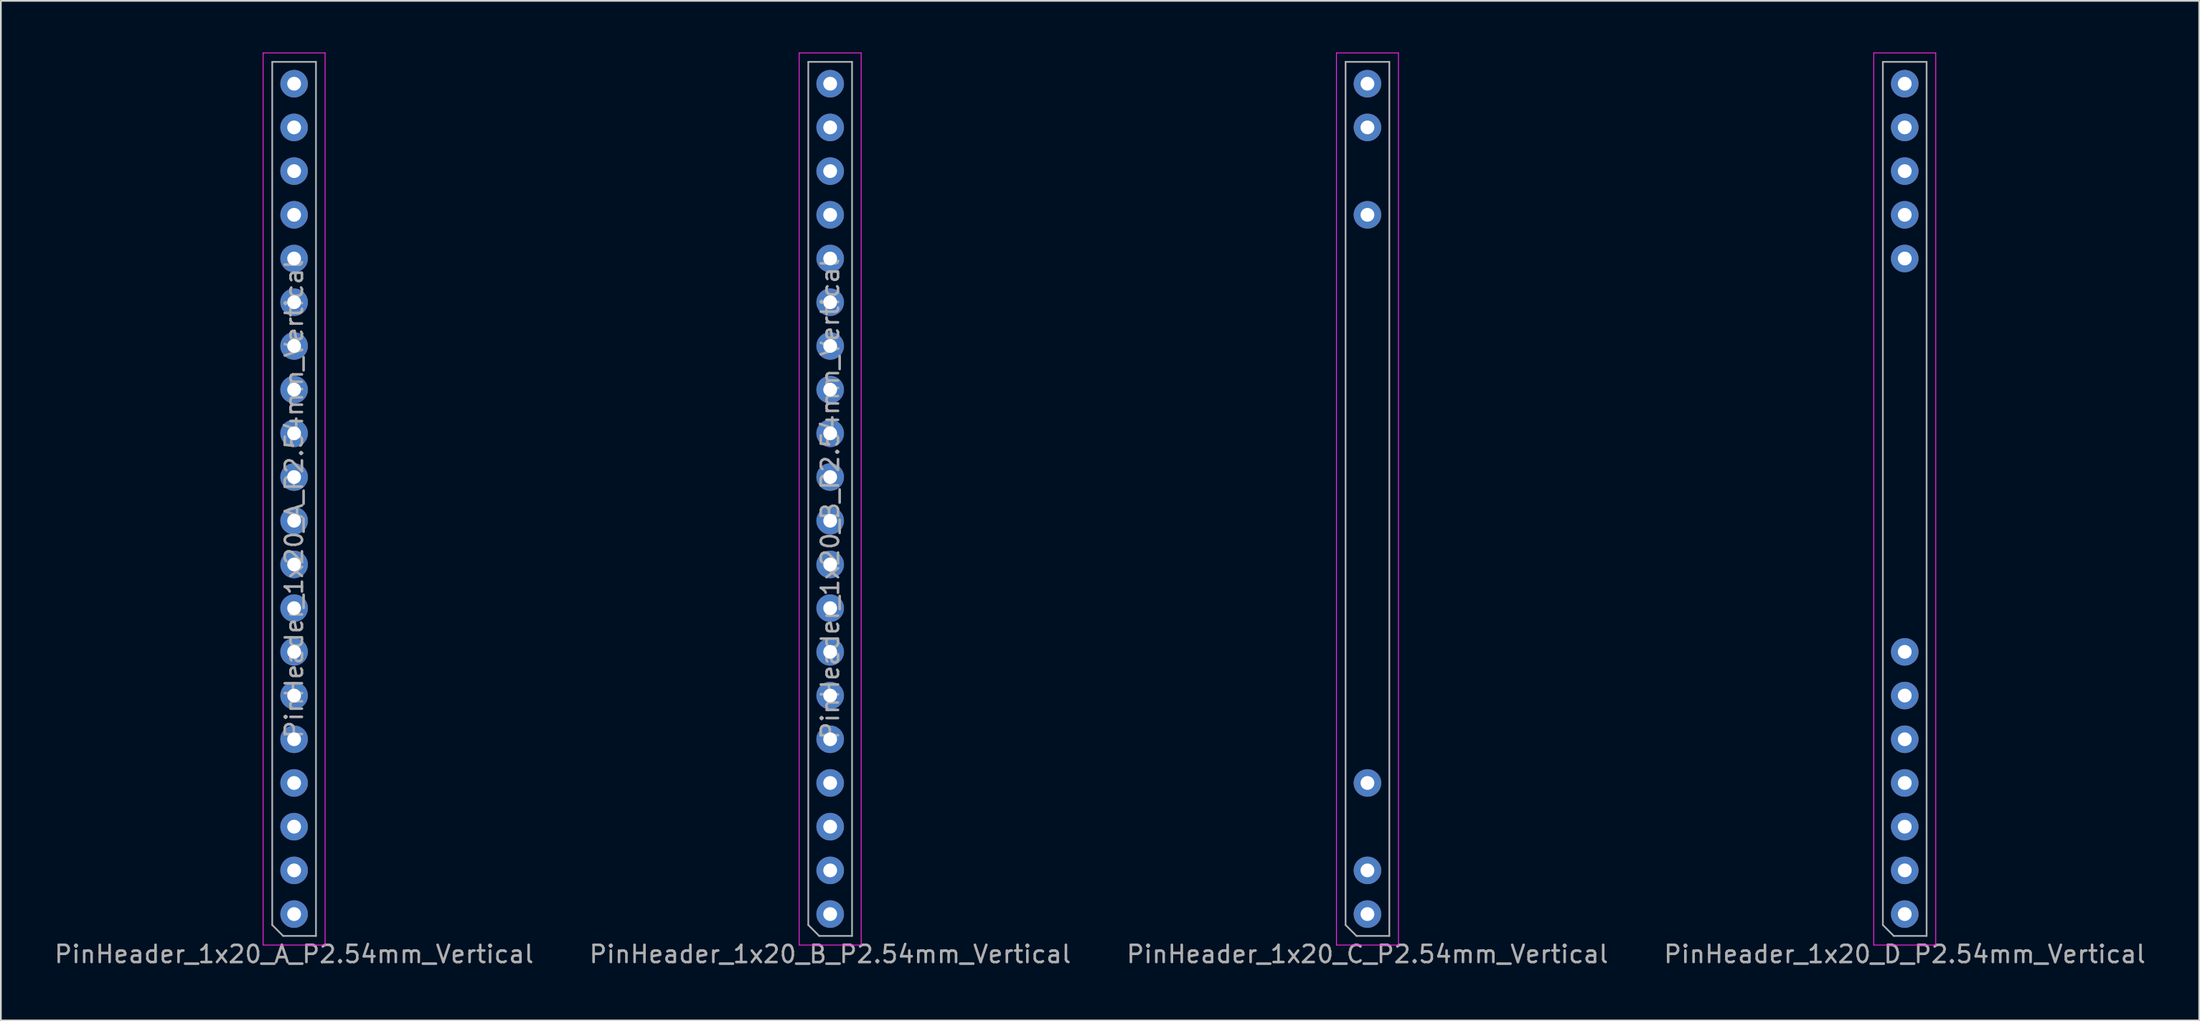
<source format=kicad_pcb>
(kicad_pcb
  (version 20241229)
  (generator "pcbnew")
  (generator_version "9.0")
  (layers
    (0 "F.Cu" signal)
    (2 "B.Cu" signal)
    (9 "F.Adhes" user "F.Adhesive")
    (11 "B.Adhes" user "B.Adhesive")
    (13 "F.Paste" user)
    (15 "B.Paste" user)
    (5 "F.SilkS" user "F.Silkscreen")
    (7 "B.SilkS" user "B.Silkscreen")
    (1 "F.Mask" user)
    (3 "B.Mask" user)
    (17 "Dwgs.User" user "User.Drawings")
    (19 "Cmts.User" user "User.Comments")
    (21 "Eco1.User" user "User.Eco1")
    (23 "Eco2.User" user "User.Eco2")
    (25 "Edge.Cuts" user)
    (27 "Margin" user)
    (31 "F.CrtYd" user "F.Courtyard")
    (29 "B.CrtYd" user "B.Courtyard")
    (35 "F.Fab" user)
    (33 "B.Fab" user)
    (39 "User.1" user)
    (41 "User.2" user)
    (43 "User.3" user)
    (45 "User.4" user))
  (footprint "PinHeader_1x20_C_P2.54mm_Vertical"
    (layer "F.Cu")
    (at 76.363 4.355)
    (property "Reference" "PinHeader_1x20_C_P2.54mm_Vertical" (at 0 48.05 0) (layer "F.Fab") (effects (font (size 1 1) (thickness 0.15))))
    (attr through_hole)
    (fp_line (start -1.8 -4.33) (end 1.8 -4.33) (stroke (width 0.05) (type solid)) (layer "F.CrtYd"))
    (fp_line (start -1.8 47.52) (end -1.8 -4.33) (stroke (width 0.05) (type solid)) (layer "F.CrtYd"))
    (fp_line (start 1.8 -4.33) (end 1.8 47.52) (stroke (width 0.05) (type solid)) (layer "F.CrtYd"))
    (fp_line (start 1.8 47.52) (end -1.8 47.52) (stroke (width 0.05) (type solid)) (layer "F.CrtYd"))
    (fp_line (start -1.27 -3.81) (end -1.27 46.355) (stroke (width 0.1) (type solid)) (layer "F.Fab"))
    (fp_line (start -1.27 46.355) (end -0.635 46.99) (stroke (width 0.1) (type solid)) (layer "F.Fab"))
    (fp_line (start -0.635 46.99) (end 1.27 46.99) (stroke (width 0.1) (type solid)) (layer "F.Fab"))
    (fp_line (start 1.27 -3.81) (end -1.27 -3.81) (stroke (width 0.1) (type solid)) (layer "F.Fab"))
    (fp_line (start 1.27 46.99) (end 1.27 -3.81) (stroke (width 0.1) (type solid)) (layer "F.Fab"))
    (pad "1" thru_hole oval (at 0 45.72) (size 1.6 1.6) (drill 0.8) (layers "*.Cu" "*.Mask"))
    (pad "2" thru_hole oval (at 0 43.18) (size 1.6 1.6) (drill 0.8) (layers "*.Cu" "*.Mask"))
    (pad "4" thru_hole oval (at 0 38.1) (size 1.6 1.6) (drill 0.8) (layers "*.Cu" "*.Mask"))
    (pad "17" thru_hole oval (at 0 5.08) (size 1.6 1.6) (drill 0.8) (layers "*.Cu" "*.Mask"))
    (pad "19" thru_hole oval (at 0 0) (size 1.6 1.6) (drill 0.8) (layers "*.Cu" "*.Mask"))
    (pad "20" thru_hole oval (at 0 -2.54) (size 1.6 1.6) (drill 0.8) (layers "*.Cu" "*.Mask")))
  (footprint "PinHeader_1x20_D_P2.54mm_Vertical"
    (layer "F.Cu")
    (at 107.565 4.355)
    (property "Reference" "PinHeader_1x20_D_P2.54mm_Vertical" (at 0 48.05 0) (layer "F.Fab") (effects (font (size 1 1) (thickness 0.15))))
    (attr through_hole)
    (fp_line (start -1.8 -4.33) (end 1.8 -4.33) (stroke (width 0.05) (type solid)) (layer "F.CrtYd"))
    (fp_line (start -1.8 47.52) (end -1.8 -4.33) (stroke (width 0.05) (type solid)) (layer "F.CrtYd"))
    (fp_line (start 1.8 -4.33) (end 1.8 47.52) (stroke (width 0.05) (type solid)) (layer "F.CrtYd"))
    (fp_line (start 1.8 47.52) (end -1.8 47.52) (stroke (width 0.05) (type solid)) (layer "F.CrtYd"))
    (fp_line (start -1.27 -3.81) (end -1.27 46.355) (stroke (width 0.1) (type solid)) (layer "F.Fab"))
    (fp_line (start -1.27 46.355) (end -0.635 46.99) (stroke (width 0.1) (type solid)) (layer "F.Fab"))
    (fp_line (start -0.635 46.99) (end 1.27 46.99) (stroke (width 0.1) (type solid)) (layer "F.Fab"))
    (fp_line (start 1.27 -3.81) (end -1.27 -3.81) (stroke (width 0.1) (type solid)) (layer "F.Fab"))
    (fp_line (start 1.27 46.99) (end 1.27 -3.81) (stroke (width 0.1) (type solid)) (layer "F.Fab"))
    (pad "21" thru_hole oval (at 0 -2.54) (size 1.6 1.6) (drill 0.8) (layers "*.Cu" "*.Mask"))
    (pad "22" thru_hole oval (at 0 0) (size 1.6 1.6) (drill 0.8) (layers "*.Cu" "*.Mask"))
    (pad "23" thru_hole oval (at 0 2.54) (size 1.6 1.6) (drill 0.8) (layers "*.Cu" "*.Mask"))
    (pad "24" thru_hole oval (at 0 5.08) (size 1.6 1.6) (drill 0.8) (layers "*.Cu" "*.Mask"))
    (pad "25" thru_hole oval (at 0 7.62) (size 1.6 1.6) (drill 0.8) (layers "*.Cu" "*.Mask"))
    (pad "34" thru_hole oval (at 0 30.48) (size 1.6 1.6) (drill 0.8) (layers "*.Cu" "*.Mask"))
    (pad "35" thru_hole oval (at 0 33.02) (size 1.6 1.6) (drill 0.8) (layers "*.Cu" "*.Mask"))
    (pad "36" thru_hole oval (at 0 35.56) (size 1.6 1.6) (drill 0.8) (layers "*.Cu" "*.Mask"))
    (pad "37" thru_hole oval (at 0 38.1) (size 1.6 1.6) (drill 0.8) (layers "*.Cu" "*.Mask"))
    (pad "38" thru_hole oval (at 0 40.64) (size 1.6 1.6) (drill 0.8) (layers "*.Cu" "*.Mask"))
    (pad "39" thru_hole oval (at 0 43.18) (size 1.6 1.6) (drill 0.8) (layers "*.Cu" "*.Mask"))
    (pad "40" thru_hole oval (at 0 45.72) (size 1.6 1.6) (drill 0.8) (layers "*.Cu" "*.Mask")))
  (footprint "PinHeader_1x20_B_P2.54mm_Vertical"
    (layer "F.Cu")
    (at 45.161 4.355)
    (property "Reference" "PinHeader_1x20_B_P2.54mm_Vertical" (at 0 48.05 0) (layer "F.Fab") (effects (font (size 1 1) (thickness 0.15))))
    (attr through_hole)
    (fp_line (start -1.8 -4.33) (end 1.8 -4.33) (stroke (width 0.05) (type solid)) (layer "F.CrtYd"))
    (fp_line (start -1.8 47.52) (end -1.8 -4.33) (stroke (width 0.05) (type solid)) (layer "F.CrtYd"))
    (fp_line (start 1.8 -4.33) (end 1.8 47.52) (stroke (width 0.05) (type solid)) (layer "F.CrtYd"))
    (fp_line (start 1.8 47.52) (end -1.8 47.52) (stroke (width 0.05) (type solid)) (layer "F.CrtYd"))
    (fp_line (start -1.27 -3.81) (end -1.27 46.355) (stroke (width 0.1) (type solid)) (layer "F.Fab"))
    (fp_line (start -1.27 46.355) (end -0.635 46.99) (stroke (width 0.1) (type solid)) (layer "F.Fab"))
    (fp_line (start -0.635 46.99) (end 1.27 46.99) (stroke (width 0.1) (type solid)) (layer "F.Fab"))
    (fp_line (start 1.27 -3.81) (end -1.27 -3.81) (stroke (width 0.1) (type solid)) (layer "F.Fab"))
    (fp_line (start 1.27 46.99) (end 1.27 -3.81) (stroke (width 0.1) (type solid)) (layer "F.Fab"))
    (fp_text user "${REFERENCE}" (at 0 21.59 90) (layer "F.Fab") (effects (font (size 1 1) (thickness 0.15))))
    (pad "21" thru_hole oval (at 0 -2.54) (size 1.6 1.6) (drill 0.8) (layers "*.Cu" "*.Mask"))
    (pad "22" thru_hole oval (at 0 0) (size 1.6 1.6) (drill 0.8) (layers "*.Cu" "*.Mask"))
    (pad "23" thru_hole oval (at 0 2.54) (size 1.6 1.6) (drill 0.8) (layers "*.Cu" "*.Mask"))
    (pad "24" thru_hole oval (at 0 5.08) (size 1.6 1.6) (drill 0.8) (layers "*.Cu" "*.Mask"))
    (pad "25" thru_hole oval (at 0 7.62) (size 1.6 1.6) (drill 0.8) (layers "*.Cu" "*.Mask"))
    (pad "26" thru_hole oval (at 0 10.16) (size 1.6 1.6) (drill 0.8) (layers "*.Cu" "*.Mask"))
    (pad "27" thru_hole oval (at 0 12.7) (size 1.6 1.6) (drill 0.8) (layers "*.Cu" "*.Mask"))
    (pad "28" thru_hole oval (at 0 15.24) (size 1.6 1.6) (drill 0.8) (layers "*.Cu" "*.Mask"))
    (pad "29" thru_hole oval (at 0 17.78) (size 1.6 1.6) (drill 0.8) (layers "*.Cu" "*.Mask"))
    (pad "30" thru_hole oval (at 0 20.32) (size 1.6 1.6) (drill 0.8) (layers "*.Cu" "*.Mask"))
    (pad "31" thru_hole oval (at 0 22.86) (size 1.6 1.6) (drill 0.8) (layers "*.Cu" "*.Mask"))
    (pad "32" thru_hole oval (at 0 25.4) (size 1.6 1.6) (drill 0.8) (layers "*.Cu" "*.Mask"))
    (pad "33" thru_hole oval (at 0 27.94) (size 1.6 1.6) (drill 0.8) (layers "*.Cu" "*.Mask"))
    (pad "34" thru_hole oval (at 0 30.48) (size 1.6 1.6) (drill 0.8) (layers "*.Cu" "*.Mask"))
    (pad "35" thru_hole oval (at 0 33.02) (size 1.6 1.6) (drill 0.8) (layers "*.Cu" "*.Mask"))
    (pad "36" thru_hole oval (at 0 35.56) (size 1.6 1.6) (drill 0.8) (layers "*.Cu" "*.Mask"))
    (pad "37" thru_hole oval (at 0 38.1) (size 1.6 1.6) (drill 0.8) (layers "*.Cu" "*.Mask"))
    (pad "38" thru_hole oval (at 0 40.64) (size 1.6 1.6) (drill 0.8) (layers "*.Cu" "*.Mask"))
    (pad "39" thru_hole oval (at 0 43.18) (size 1.6 1.6) (drill 0.8) (layers "*.Cu" "*.Mask"))
    (pad "40" thru_hole oval (at 0 45.72) (size 1.6 1.6) (drill 0.8) (layers "*.Cu" "*.Mask")))
  (footprint "PinHeader_1x20_A_P2.54mm_Vertical"
    (layer "F.Cu")
    (at 14.03 4.355)
    (property "Reference" "PinHeader_1x20_A_P2.54mm_Vertical" (at 0 48.05 0) (layer "F.Fab") (effects (font (size 1 1) (thickness 0.15))))
    (attr through_hole)
    (fp_line (start -1.8 -4.33) (end 1.8 -4.33) (stroke (width 0.05) (type solid)) (layer "F.CrtYd"))
    (fp_line (start -1.8 47.52) (end -1.8 -4.33) (stroke (width 0.05) (type solid)) (layer "F.CrtYd"))
    (fp_line (start 1.8 -4.33) (end 1.8 47.52) (stroke (width 0.05) (type solid)) (layer "F.CrtYd"))
    (fp_line (start 1.8 47.52) (end -1.8 47.52) (stroke (width 0.05) (type solid)) (layer "F.CrtYd"))
    (fp_line (start -1.27 -3.81) (end -1.27 46.355) (stroke (width 0.1) (type solid)) (layer "F.Fab"))
    (fp_line (start -1.27 46.355) (end -0.635 46.99) (stroke (width 0.1) (type solid)) (layer "F.Fab"))
    (fp_line (start -0.635 46.99) (end 1.27 46.99) (stroke (width 0.1) (type solid)) (layer "F.Fab"))
    (fp_line (start 1.27 -3.81) (end -1.27 -3.81) (stroke (width 0.1) (type solid)) (layer "F.Fab"))
    (fp_line (start 1.27 46.99) (end 1.27 -3.81) (stroke (width 0.1) (type solid)) (layer "F.Fab"))
    (fp_text user "${REFERENCE}" (at 0 21.59 90) (layer "F.Fab") (effects (font (size 1 1) (thickness 0.15))))
    (pad "1" thru_hole oval (at 0 45.72) (size 1.6 1.6) (drill 0.8) (layers "*.Cu" "*.Mask"))
    (pad "2" thru_hole oval (at 0 43.18) (size 1.6 1.6) (drill 0.8) (layers "*.Cu" "*.Mask"))
    (pad "3" thru_hole oval (at 0 40.64) (size 1.6 1.6) (drill 0.8) (layers "*.Cu" "*.Mask"))
    (pad "4" thru_hole oval (at 0 38.1) (size 1.6 1.6) (drill 0.8) (layers "*.Cu" "*.Mask"))
    (pad "5" thru_hole oval (at 0 35.56) (size 1.6 1.6) (drill 0.8) (layers "*.Cu" "*.Mask"))
    (pad "6" thru_hole oval (at 0 33.02) (size 1.6 1.6) (drill 0.8) (layers "*.Cu" "*.Mask"))
    (pad "7" thru_hole oval (at 0 30.48) (size 1.6 1.6) (drill 0.8) (layers "*.Cu" "*.Mask"))
    (pad "8" thru_hole oval (at 0 27.94) (size 1.6 1.6) (drill 0.8) (layers "*.Cu" "*.Mask"))
    (pad "9" thru_hole oval (at 0 25.4) (size 1.6 1.6) (drill 0.8) (layers "*.Cu" "*.Mask"))
    (pad "10" thru_hole oval (at 0 22.86) (size 1.6 1.6) (drill 0.8) (layers "*.Cu" "*.Mask"))
    (pad "11" thru_hole oval (at 0 20.32) (size 1.6 1.6) (drill 0.8) (layers "*.Cu" "*.Mask"))
    (pad "12" thru_hole oval (at 0 17.78) (size 1.6 1.6) (drill 0.8) (layers "*.Cu" "*.Mask"))
    (pad "13" thru_hole oval (at 0 15.24) (size 1.6 1.6) (drill 0.8) (layers "*.Cu" "*.Mask"))
    (pad "14" thru_hole oval (at 0 12.7) (size 1.6 1.6) (drill 0.8) (layers "*.Cu" "*.Mask"))
    (pad "15" thru_hole oval (at 0 10.16) (size 1.6 1.6) (drill 0.8) (layers "*.Cu" "*.Mask"))
    (pad "16" thru_hole oval (at 0 7.62) (size 1.6 1.6) (drill 0.8) (layers "*.Cu" "*.Mask"))
    (pad "17" thru_hole oval (at 0 5.08) (size 1.6 1.6) (drill 0.8) (layers "*.Cu" "*.Mask"))
    (pad "18" thru_hole oval (at 0 2.54) (size 1.6 1.6) (drill 0.8) (layers "*.Cu" "*.Mask"))
    (pad "19" thru_hole oval (at 0 0) (size 1.6 1.6) (drill 0.8) (layers "*.Cu" "*.Mask"))
    (pad "20" thru_hole oval (at 0 -2.54) (size 1.6 1.6) (drill 0.8) (layers "*.Cu" "*.Mask")))
  (gr_rect
    (start -3 -3)
    (end 124.667 56.253)
    (stroke (width 0.1) (type default))
    (fill no)
    (layer "Edge.Cuts")))
</source>
